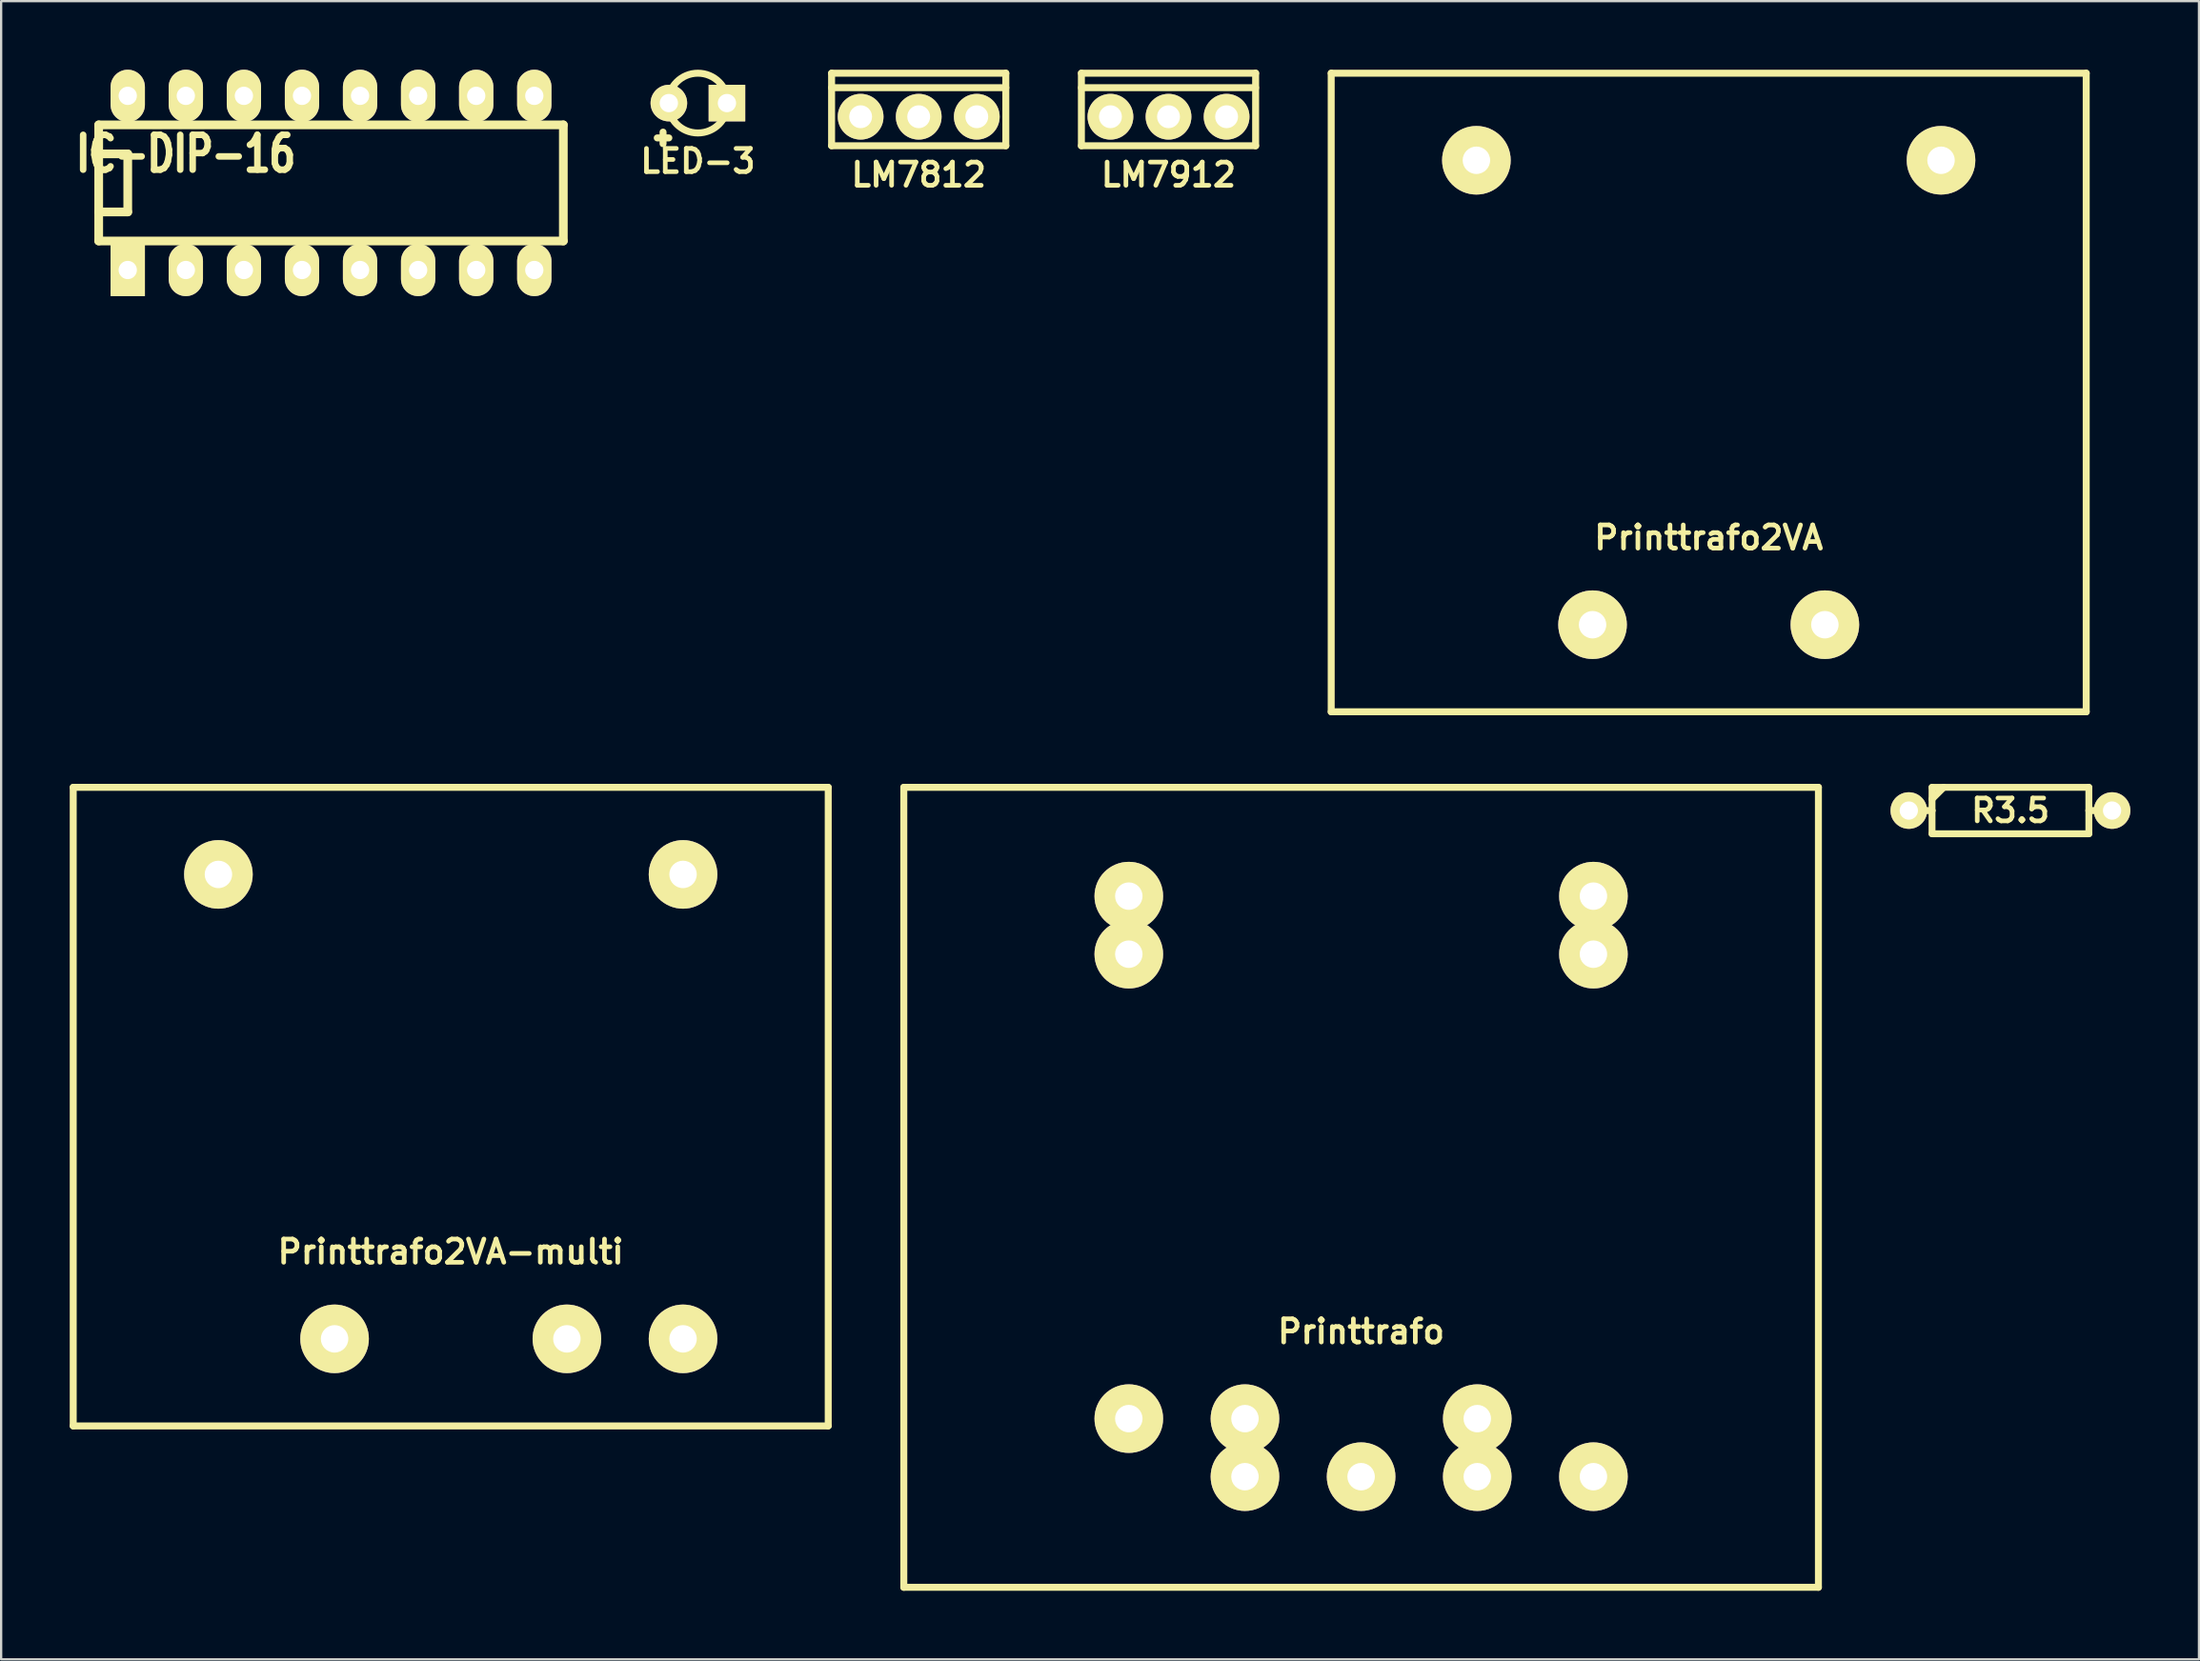
<source format=kicad_pcb>
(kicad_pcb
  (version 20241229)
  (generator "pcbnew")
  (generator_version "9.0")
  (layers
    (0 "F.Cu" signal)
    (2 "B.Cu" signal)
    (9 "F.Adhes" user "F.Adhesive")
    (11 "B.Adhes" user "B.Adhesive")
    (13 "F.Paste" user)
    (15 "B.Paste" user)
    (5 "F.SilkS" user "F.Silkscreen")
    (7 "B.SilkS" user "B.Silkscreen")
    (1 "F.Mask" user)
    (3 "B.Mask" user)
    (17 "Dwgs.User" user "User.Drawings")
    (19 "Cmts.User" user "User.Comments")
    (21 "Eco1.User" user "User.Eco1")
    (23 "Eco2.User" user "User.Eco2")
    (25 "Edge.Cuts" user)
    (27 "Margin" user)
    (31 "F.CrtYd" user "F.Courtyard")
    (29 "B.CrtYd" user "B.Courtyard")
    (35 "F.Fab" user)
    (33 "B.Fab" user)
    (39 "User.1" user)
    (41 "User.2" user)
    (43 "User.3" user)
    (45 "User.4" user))
  (footprint "IC-DIP-16"
    (placed yes)
    (layer "F.Cu")
    (at 10.157 4.953)
    (property "Reference" "IC-DIP-16" (at -5.08 -1.27 0) (layer "F.SilkS") (effects (font (size 1.524 1.143) (thickness 0.305))))
    (attr through_hole)
    (fp_line (start -8.89 -1.27) (end -7.62 -1.27) (stroke (width 0.381) (type solid)) (layer "F.SilkS"))
    (fp_line (start -8.89 2.54) (end -8.89 -2.54) (stroke (width 0.381) (type solid)) (layer "F.SilkS"))
    (fp_line (start -7.62 -1.27) (end -7.62 1.27) (stroke (width 0.381) (type solid)) (layer "F.SilkS"))
    (fp_line (start -7.62 1.27) (end -8.89 1.27) (stroke (width 0.381) (type solid)) (layer "F.SilkS"))
    (fp_line (start 11.43 -2.54) (end -8.89 -2.54) (stroke (width 0.381) (type solid)) (layer "F.SilkS"))
    (fp_line (start 11.43 -2.54) (end 11.43 2.54) (stroke (width 0.381) (type solid)) (layer "F.SilkS"))
    (fp_line (start 11.43 2.54) (end -8.89 2.54) (stroke (width 0.381) (type solid)) (layer "F.SilkS"))
    (pad "1" thru_hole rect (at -7.62 3.81) (size 1.5 2.286) (drill 0.8) (layers "*.Cu" "*.Mask" "F.SilkS"))
    (pad "2" thru_hole oval (at -5.08 3.81) (size 1.5 2.286) (drill 0.8) (layers "*.Cu" "*.Mask" "F.SilkS"))
    (pad "3" thru_hole oval (at -2.54 3.81) (size 1.5 2.286) (drill 0.8) (layers "*.Cu" "*.Mask" "F.SilkS"))
    (pad "4" thru_hole oval (at 0 3.81) (size 1.5 2.286) (drill 0.8) (layers "*.Cu" "*.Mask" "F.SilkS"))
    (pad "5" thru_hole oval (at 2.54 3.81) (size 1.5 2.286) (drill 0.8) (layers "*.Cu" "*.Mask" "F.SilkS"))
    (pad "6" thru_hole oval (at 5.08 3.81) (size 1.5 2.286) (drill 0.8) (layers "*.Cu" "*.Mask" "F.SilkS"))
    (pad "7" thru_hole oval (at 7.62 3.81) (size 1.5 2.286) (drill 0.8) (layers "*.Cu" "*.Mask" "F.SilkS"))
    (pad "8" thru_hole oval (at 10.16 3.81) (size 1.5 2.286) (drill 0.8) (layers "*.Cu" "*.Mask" "F.SilkS"))
    (pad "9" thru_hole oval (at 10.16 -3.81) (size 1.5 2.286) (drill 0.8) (layers "*.Cu" "*.Mask" "F.SilkS"))
    (pad "10" thru_hole oval (at 7.62 -3.81) (size 1.5 2.286) (drill 0.8) (layers "*.Cu" "*.Mask" "F.SilkS"))
    (pad "11" thru_hole oval (at 5.08 -3.81) (size 1.5 2.286) (drill 0.8) (layers "*.Cu" "*.Mask" "F.SilkS"))
    (pad "12" thru_hole oval (at 2.54 -3.81) (size 1.5 2.286) (drill 0.8) (layers "*.Cu" "*.Mask" "F.SilkS"))
    (pad "13" thru_hole oval (at 0 -3.81) (size 1.5 2.286) (drill 0.8) (layers "*.Cu" "*.Mask" "F.SilkS"))
    (pad "14" thru_hole oval (at -2.54 -3.81) (size 1.5 2.286) (drill 0.8) (layers "*.Cu" "*.Mask" "F.SilkS"))
    (pad "15" thru_hole oval (at -5.08 -3.81) (size 1.5 2.286) (drill 0.8) (layers "*.Cu" "*.Mask" "F.SilkS"))
    (pad "16" thru_hole oval (at -7.62 -3.81) (size 1.5 2.286) (drill 0.8) (layers "*.Cu" "*.Mask" "F.SilkS")))
  (footprint "LM7912"
    (placed yes)
    (layer "F.Cu")
    (at 48.054 2.057)
    (property "Reference" "LM7912" (at 0 2.54 0) (layer "F.SilkS") (effects (font (size 1.016 1.016) (thickness 0.203))))
    (attr through_hole)
    (fp_line (start -3.81 -1.905) (end -3.81 1.27) (stroke (width 0.305) (type solid)) (layer "F.SilkS"))
    (fp_line (start -3.81 -1.27) (end 3.81 -1.27) (stroke (width 0.305) (type solid)) (layer "F.SilkS"))
    (fp_line (start -3.81 1.27) (end 3.81 1.27) (stroke (width 0.305) (type solid)) (layer "F.SilkS"))
    (fp_line (start 3.81 -1.905) (end -3.81 -1.905) (stroke (width 0.305) (type solid)) (layer "F.SilkS"))
    (fp_line (start 3.81 1.27) (end 3.81 -1.905) (stroke (width 0.305) (type solid)) (layer "F.SilkS"))
    (pad "GND" thru_hole circle (at -2.54 0) (size 2 2) (drill 1) (layers "*.Cu" "*.Mask" "F.SilkS"))
    (pad "VI" thru_hole circle (at 0 0) (size 2 2) (drill 1) (layers "*.Cu" "*.Mask" "F.SilkS"))
    (pad "VO" thru_hole circle (at 2.54 0) (size 2 2) (drill 1) (layers "*.Cu" "*.Mask" "F.SilkS")))
  (footprint "LM7812"
    (placed yes)
    (layer "F.Cu")
    (at 37.129 2.057)
    (property "Reference" "LM7812" (at 0 2.54 0) (layer "F.SilkS") (effects (font (size 1.016 1.016) (thickness 0.203))))
    (attr through_hole)
    (fp_line (start -3.81 -1.905) (end -3.81 1.27) (stroke (width 0.305) (type solid)) (layer "F.SilkS"))
    (fp_line (start -3.81 -1.27) (end 3.81 -1.27) (stroke (width 0.305) (type solid)) (layer "F.SilkS"))
    (fp_line (start -3.81 1.27) (end 3.81 1.27) (stroke (width 0.305) (type solid)) (layer "F.SilkS"))
    (fp_line (start 3.81 -1.905) (end -3.81 -1.905) (stroke (width 0.305) (type solid)) (layer "F.SilkS"))
    (fp_line (start 3.81 1.27) (end 3.81 -1.905) (stroke (width 0.305) (type solid)) (layer "F.SilkS"))
    (pad "GND" thru_hole circle (at 0 0) (size 2 2) (drill 1) (layers "*.Cu" "*.Mask" "F.SilkS"))
    (pad "VI" thru_hole circle (at -2.54 0) (size 2 2) (drill 1) (layers "*.Cu" "*.Mask" "F.SilkS"))
    (pad "VO" thru_hole circle (at 2.54 0) (size 2 2) (drill 1) (layers "*.Cu" "*.Mask" "F.SilkS")))
  (footprint "Printtrafo2VA-multi"
    (layer "F.Cu")
    (at 16.662 47.907)
    (property "Reference" "Printtrafo2VA-multi" (at 0 3.81 0) (layer "F.SilkS") (effects (font (size 1.016 1.016) (thickness 0.203))))
    (attr through_hole)
    (fp_line (start -16.51 -16.51) (end -16.51 11.43) (stroke (width 0.305) (type solid)) (layer "F.SilkS"))
    (fp_line (start -16.51 -16.51) (end 16.51 -16.51) (stroke (width 0.305) (type solid)) (layer "F.SilkS"))
    (fp_line (start -16.51 11.43) (end 16.51 11.43) (stroke (width 0.305) (type solid)) (layer "F.SilkS"))
    (fp_line (start 16.51 11.43) (end 16.51 -16.51) (stroke (width 0.305) (type solid)) (layer "F.SilkS"))
    (pad "1" thru_hole circle (at -10.16 -12.7) (size 3 3) (drill 1.2) (layers "*.Cu" "*.Mask" "F.SilkS"))
    (pad "2" thru_hole circle (at 10.16 -12.7) (size 3 3) (drill 1.2) (layers "*.Cu" "*.Mask" "F.SilkS"))
    (pad "3" thru_hole circle (at 5.08 7.62) (size 3 3) (drill 1.2) (layers "*.Cu" "*.Mask" "F.SilkS"))
    (pad "4" thru_hole circle (at -5.08 7.62) (size 3 3) (drill 1.2) (layers "*.Cu" "*.Mask" "F.SilkS"))
    (pad "4" thru_hole circle (at 10.16 7.62) (size 3 3) (drill 1.2) (layers "*.Cu" "*.Mask" "F.SilkS")))
  (footprint "R3.5"
    (layer "F.Cu")
    (at 84.875 32.413)
    (property "Reference" "R3.5" (at 0 0 0) (layer "F.SilkS") (effects (font (size 1 1) (thickness 0.203))))
    (attr through_hole)
    (fp_line (start -4.445 0) (end -3.429 0) (stroke (width 0.305) (type solid)) (layer "F.SilkS"))
    (fp_line (start -3.429 -1.016) (end 3.429 -1.016) (stroke (width 0.3) (type solid)) (layer "F.SilkS"))
    (fp_line (start -3.429 -0.508) (end -2.921 -1.016) (stroke (width 0.305) (type solid)) (layer "F.SilkS"))
    (fp_line (start -3.429 0) (end -3.429 -1.016) (stroke (width 0.3) (type solid)) (layer "F.SilkS"))
    (fp_line (start -3.429 1.016) (end -3.429 0) (stroke (width 0.3) (type solid)) (layer "F.SilkS"))
    (fp_line (start -3.429 1.016) (end 3.429 1.016) (stroke (width 0.3) (type solid)) (layer "F.SilkS"))
    (fp_line (start 3.429 -1.016) (end 3.429 1.016) (stroke (width 0.3) (type solid)) (layer "F.SilkS"))
    (fp_line (start 3.429 1.016) (end -3.429 1.016) (stroke (width 0.15) (type solid)) (layer "F.SilkS"))
    (fp_line (start 4.445 0) (end 3.429 0) (stroke (width 0.305) (type solid)) (layer "F.SilkS"))
    (pad "1" thru_hole circle (at -4.445 0) (size 1.6 1.6) (drill 0.8) (layers "*.Cu" "*.Mask" "F.SilkS"))
    (pad "2" thru_hole circle (at 4.445 0) (size 1.6 1.6) (drill 0.8) (layers "*.Cu" "*.Mask" "F.SilkS")))
  (footprint "Printtrafo2VA"
    (layer "F.Cu")
    (at 71.679 16.662)
    (property "Reference" "Printtrafo2VA" (at 0 3.81 0) (layer "F.SilkS") (effects (font (size 1.016 1.016) (thickness 0.203))))
    (attr through_hole)
    (fp_line (start -16.51 -16.51) (end -16.51 11.43) (stroke (width 0.305) (type solid)) (layer "F.SilkS"))
    (fp_line (start -16.51 -16.51) (end 16.51 -16.51) (stroke (width 0.305) (type solid)) (layer "F.SilkS"))
    (fp_line (start -16.51 11.43) (end 16.51 11.43) (stroke (width 0.305) (type solid)) (layer "F.SilkS"))
    (fp_line (start 16.51 11.43) (end 16.51 -16.51) (stroke (width 0.305) (type solid)) (layer "F.SilkS"))
    (pad "1" thru_hole circle (at -10.16 -12.7) (size 3 3) (drill 1.2) (layers "*.Cu" "*.Mask" "F.SilkS"))
    (pad "2" thru_hole circle (at 10.16 -12.7) (size 3 3) (drill 1.2) (layers "*.Cu" "*.Mask" "F.SilkS"))
    (pad "3" thru_hole circle (at 5.08 7.62) (size 3 3) (drill 1.2) (layers "*.Cu" "*.Mask" "F.SilkS"))
    (pad "4" thru_hole circle (at -5.08 7.62) (size 3 3) (drill 1.2) (layers "*.Cu" "*.Mask" "F.SilkS")))
  (footprint "LED-3"
    (layer "F.Cu")
    (at 27.472 1.46)
    (property "Reference" "LED-3" (at 0 2.54 0) (layer "F.SilkS") (effects (font (size 1.016 1.016) (thickness 0.203))))
    (attr through_hole)
    (fp_line (start -1.778 1.524) (end -1.27 1.524) (stroke (width 0.305) (type solid)) (layer "F.SilkS"))
    (fp_line (start -1.524 1.27) (end -1.524 1.778) (stroke (width 0.305) (type solid)) (layer "F.SilkS"))
    (fp_circle (center 0 0) (end 1.143 0.635) (stroke (width 0.305) (type solid)) (fill no) (layer "F.SilkS"))
    (pad "1" thru_hole circle (at -1.27 0) (size 1.6 1.6) (drill 0.8) (layers "*.Cu" "*.Mask" "F.SilkS"))
    (pad "2" thru_hole rect (at 1.27 0) (size 1.6 1.6) (drill 0.8) (layers "*.Cu" "*.Mask" "F.SilkS")))
  (footprint "Printtrafo"
    (layer "F.Cu")
    (at 56.477 51.397)
    (property "Reference" "Printtrafo" (at 0 3.81 0) (layer "F.SilkS") (effects (font (size 1.016 1.016) (thickness 0.203))))
    (attr through_hole)
    (fp_line (start -20 -20) (end 20 -20) (stroke (width 0.305) (type solid)) (layer "F.SilkS"))
    (fp_line (start -20 15) (end -20 -20) (stroke (width 0.305) (type solid)) (layer "F.SilkS"))
    (fp_line (start 20 -20) (end 20 15) (stroke (width 0.305) (type solid)) (layer "F.SilkS"))
    (fp_line (start 20 15) (end -20 15) (stroke (width 0.305) (type solid)) (layer "F.SilkS"))
    (pad "1" thru_hole circle (at -10.16 -15.24) (size 3 3) (drill 1.2) (layers "*.Cu" "*.Mask" "F.SilkS"))
    (pad "1" thru_hole circle (at -10.16 -12.7) (size 3 3) (drill 1.2) (layers "*.Cu" "*.Mask" "F.SilkS"))
    (pad "2" thru_hole circle (at 10.16 -15.24) (size 3 3) (drill 1.2) (layers "*.Cu" "*.Mask" "F.SilkS"))
    (pad "2" thru_hole circle (at 10.16 -12.7) (size 3 3) (drill 1.2) (layers "*.Cu" "*.Mask" "F.SilkS"))
    (pad "3" thru_hole circle (at -10.16 7.62) (size 3 3) (drill 1.2) (layers "*.Cu" "*.Mask" "F.SilkS"))
    (pad "3" thru_hole circle (at 5.08 7.62) (size 3 3) (drill 1.2) (layers "*.Cu" "*.Mask" "F.SilkS"))
    (pad "3" thru_hole circle (at 5.08 10.16) (size 3 3) (drill 1.2) (layers "*.Cu" "*.Mask" "F.SilkS"))
    (pad "3" thru_hole circle (at 10.16 10.16) (size 3 3) (drill 1.2) (layers "*.Cu" "*.Mask" "F.SilkS"))
    (pad "4" thru_hole circle (at -5.08 7.62) (size 3 3) (drill 1.2) (layers "*.Cu" "*.Mask" "F.SilkS"))
    (pad "4" thru_hole circle (at -5.08 10.16) (size 3 3) (drill 1.2) (layers "*.Cu" "*.Mask" "F.SilkS"))
    (pad "4" thru_hole circle (at 0 10.16) (size 3 3) (drill 1.2) (layers "*.Cu" "*.Mask" "F.SilkS")))
  (gr_rect
    (start -3 -3)
    (end 93.12 69.55)
    (stroke (width 0.1) (type default))
    (fill no)
    (layer "Edge.Cuts")))
</source>
